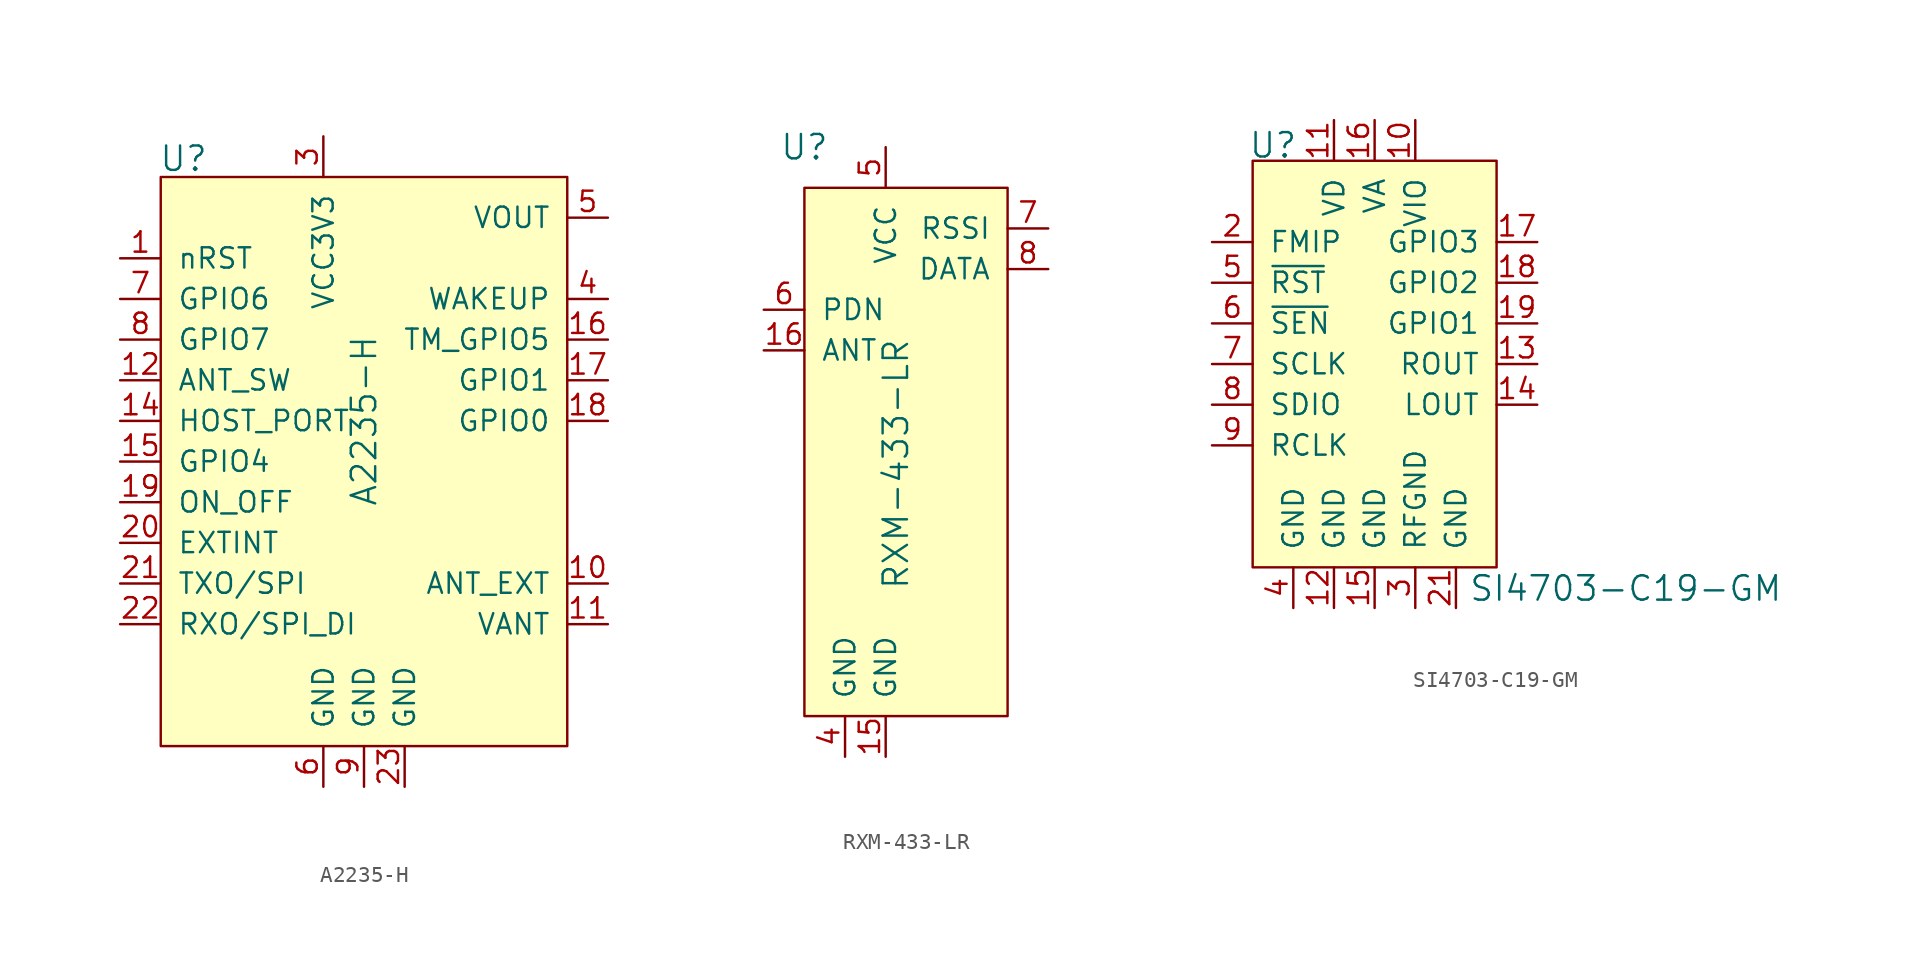
<source format=kicad_sym>
(kicad_symbol_lib
  (version 20211014)
  (generator kicad_symbol_editor)
  (symbol "A2235-H"
    (pin_names
      (offset 1.016))
    (property "Reference" "U"
      (at -10.287 11.303 0)
      (effects (font (size 1.524 1.524)) (justify left)))
    (property "Value" "A2235-H"
      (at 2.54 -5.08 90)
      (effects (font (size 1.524 1.524))))
    (symbol "A2235-H_0_1"
      (rectangle (start -10.16 10.16) (end 15.24 -25.4) (stroke (width 0) (type default) (color 0 0 0 0)) (fill (type background))))
    (symbol "A2235-H_1_1"
      (pin input line (at -12.7 5.08 0) (length 2.54) (name "nRST" (effects (font (size 1.27 1.27)))) (number "1" (effects (font (size 1.27 1.27)))))
      (pin passive line (at 17.78 -15.24 180) (length 2.54) (name "ANT_EXT" (effects (font (size 1.27 1.27)))) (number "10" (effects (font (size 1.27 1.27)))))
      (pin bidirectional line (at 17.78 -17.78 180) (length 2.54) (name "VANT" (effects (font (size 1.27 1.27)))) (number "11" (effects (font (size 1.27 1.27)))))
      (pin input line (at -12.7 -2.54 0) (length 2.54) (name "ANT_SW" (effects (font (size 1.27 1.27)))) (number "12" (effects (font (size 1.27 1.27)))))
      (pin no_connect line (at 15.24 -10.16 180) (length 2.54) hide (name "GPIO2" (effects (font (size 1.27 1.27)))) (number "13" (effects (font (size 1.27 1.27)))))
      (pin input line (at -12.7 -5.08 0) (length 2.54) (name "HOST_PORT" (effects (font (size 1.27 1.27)))) (number "14" (effects (font (size 1.27 1.27)))))
      (pin input line (at -12.7 -7.62 0) (length 2.54) (name "GPIO4" (effects (font (size 1.27 1.27)))) (number "15" (effects (font (size 1.27 1.27)))))
      (pin output line (at 17.78 0 180) (length 2.54) (name "TM_GPIO5" (effects (font (size 1.27 1.27)))) (number "16" (effects (font (size 1.27 1.27)))))
      (pin bidirectional line (at 17.78 -2.54 180) (length 2.54) (name "GPIO1" (effects (font (size 1.27 1.27)))) (number "17" (effects (font (size 1.27 1.27)))))
      (pin bidirectional line (at 17.78 -5.08 180) (length 2.54) (name "GPIO0" (effects (font (size 1.27 1.27)))) (number "18" (effects (font (size 1.27 1.27)))))
      (pin input line (at -12.7 -10.16 0) (length 2.54) (name "ON_OFF" (effects (font (size 1.27 1.27)))) (number "19" (effects (font (size 1.27 1.27)))))
      (pin no_connect line (at 15.24 -7.62 180) (length 2.54) hide (name "GPIO3" (effects (font (size 1.27 1.27)))) (number "2" (effects (font (size 1.27 1.27)))))
      (pin input line (at -12.7 -12.7 0) (length 2.54) (name "EXTINT" (effects (font (size 1.27 1.27)))) (number "20" (effects (font (size 1.27 1.27)))))
      (pin output line (at -12.7 -15.24 0) (length 2.54) (name "TXO/SPI" (effects (font (size 1.27 1.27)))) (number "21" (effects (font (size 1.27 1.27)))))
      (pin input line (at -12.7 -17.78 0) (length 2.54) (name "RXO/SPI_DI" (effects (font (size 1.27 1.27)))) (number "22" (effects (font (size 1.27 1.27)))))
      (pin power_in line (at 5.08 -27.94 90) (length 2.54) (name "GND" (effects (font (size 1.27 1.27)))) (number "23" (effects (font (size 1.27 1.27)))))
      (pin power_in line (at 0 12.7 270) (length 2.54) (name "VCC3V3" (effects (font (size 1.27 1.27)))) (number "3" (effects (font (size 1.27 1.27)))))
      (pin output line (at 17.78 2.54 180) (length 2.54) (name "WAKEUP" (effects (font (size 1.27 1.27)))) (number "4" (effects (font (size 1.27 1.27)))))
      (pin power_out line (at 17.78 7.62 180) (length 2.54) (name "VOUT" (effects (font (size 1.27 1.27)))) (number "5" (effects (font (size 1.27 1.27)))))
      (pin power_in line (at 0 -27.94 90) (length 2.54) (name "GND" (effects (font (size 1.27 1.27)))) (number "6" (effects (font (size 1.27 1.27)))))
      (pin input line (at -12.7 2.54 0) (length 2.54) (name "GPIO6" (effects (font (size 1.27 1.27)))) (number "7" (effects (font (size 1.27 1.27)))))
      (pin input line (at -12.7 0 0) (length 2.54) (name "GPIO7" (effects (font (size 1.27 1.27)))) (number "8" (effects (font (size 1.27 1.27)))))
      (pin power_in line (at 2.54 -27.94 90) (length 2.54) (name "GND" (effects (font (size 1.27 1.27)))) (number "9" (effects (font (size 1.27 1.27)))))))
  (symbol "RXM-433-LR"
    (pin_names
      (offset 1.016))
    (property "Reference" "U"
      (at -5.08 20.32 0)
      (effects (font (size 1.524 1.524))))
    (property "Value" "RXM-433-LR"
      (at 0.635 0.508 90)
      (effects (font (size 1.524 1.524))))
    (symbol "RXM-433-LR_1_1"
      (rectangle (start -5.08 17.78) (end 7.62 -15.24) (stroke (width 0) (type default) (color 0 0 0 0)) (fill (type background)))
      (pin no_connect line (at 7.62 10.16 180) (length 2.54) hide (name "NC" (effects (font (size 1.27 1.27)))) (number "1" (effects (font (size 1.27 1.27)))))
      (pin no_connect line (at 7.62 0 180) (length 2.54) hide (name "NC" (effects (font (size 1.27 1.27)))) (number "10" (effects (font (size 1.27 1.27)))))
      (pin no_connect line (at 7.62 -2.54 180) (length 2.54) hide (name "NC" (effects (font (size 1.27 1.27)))) (number "11" (effects (font (size 1.27 1.27)))))
      (pin no_connect line (at 7.62 -5.08 180) (length 2.54) hide (name "NC" (effects (font (size 1.27 1.27)))) (number "12" (effects (font (size 1.27 1.27)))))
      (pin no_connect line (at 7.62 -7.62 180) (length 2.54) hide (name "NC" (effects (font (size 1.27 1.27)))) (number "13" (effects (font (size 1.27 1.27)))))
      (pin no_connect line (at 7.62 -10.16 180) (length 2.54) hide (name "NC" (effects (font (size 1.27 1.27)))) (number "14" (effects (font (size 1.27 1.27)))))
      (pin power_in line (at 0 -17.78 90) (length 2.54) (name "GND" (effects (font (size 1.27 1.27)))) (number "15" (effects (font (size 1.27 1.27)))))
      (pin input line (at -7.62 7.62 0) (length 2.54) (name "ANT" (effects (font (size 1.27 1.27)))) (number "16" (effects (font (size 1.27 1.27)))))
      (pin no_connect line (at 7.62 7.62 180) (length 2.54) hide (name "NC" (effects (font (size 1.27 1.27)))) (number "2" (effects (font (size 1.27 1.27)))))
      (pin no_connect line (at 7.62 5.08 180) (length 2.54) hide (name "NC" (effects (font (size 1.27 1.27)))) (number "3" (effects (font (size 1.27 1.27)))))
      (pin power_in line (at -2.54 -17.78 90) (length 2.54) (name "GND" (effects (font (size 1.27 1.27)))) (number "4" (effects (font (size 1.27 1.27)))))
      (pin power_in line (at 0 20.32 270) (length 2.54) (name "VCC" (effects (font (size 1.27 1.27)))) (number "5" (effects (font (size 1.27 1.27)))))
      (pin input line (at -7.62 10.16 0) (length 2.54) (name "PDN" (effects (font (size 1.27 1.27)))) (number "6" (effects (font (size 1.27 1.27)))))
      (pin output line (at 10.16 15.24 180) (length 2.54) (name "RSSI" (effects (font (size 1.27 1.27)))) (number "7" (effects (font (size 1.27 1.27)))))
      (pin output line (at 10.16 12.7 180) (length 2.54) (name "DATA" (effects (font (size 1.27 1.27)))) (number "8" (effects (font (size 1.27 1.27)))))
      (pin no_connect line (at 7.62 2.54 180) (length 2.54) hide (name "NC" (effects (font (size 1.27 1.27)))) (number "9" (effects (font (size 1.27 1.27)))))))
  (symbol "SI4703-C19-GM"
    (pin_names
      (offset 1.016))
    (property "Reference" "U"
      (at -7.899 8.585 0)
      (effects (font (size 1.524 1.524)) (justify left)))
    (property "Value" "SI4703-C19-GM"
      (at 5.867 -19.101 0)
      (effects (font (size 1.524 1.524)) (justify left)))
    (symbol "SI4703-C19-GM_0_1"
      (rectangle (start -7.62 7.62) (end 7.62 -17.78) (stroke (width 0) (type default) (color 0 0 0 0)) (fill (type background))))
    (symbol "SI4703-C19-GM_1_1"
      (pin no_connect line (at -7.62 -15.24 0) (length 2.54) hide (name "NC" (effects (font (size 1.27 1.27)))) (number "1" (effects (font (size 1.27 1.27)))))
      (pin power_in line (at 2.54 10.16 270) (length 2.54) (name "VIO" (effects (font (size 1.27 1.27)))) (number "10" (effects (font (size 1.27 1.27)))))
      (pin power_in line (at -2.54 10.16 270) (length 2.54) (name "VD" (effects (font (size 1.27 1.27)))) (number "11" (effects (font (size 1.27 1.27)))))
      (pin power_in line (at -2.54 -20.32 90) (length 2.54) (name "GND" (effects (font (size 1.27 1.27)))) (number "12" (effects (font (size 1.27 1.27)))))
      (pin output line (at 10.16 -5.08 180) (length 2.54) (name "ROUT" (effects (font (size 1.27 1.27)))) (number "13" (effects (font (size 1.27 1.27)))))
      (pin output line (at 10.16 -7.62 180) (length 2.54) (name "LOUT" (effects (font (size 1.27 1.27)))) (number "14" (effects (font (size 1.27 1.27)))))
      (pin power_in line (at 0 -20.32 90) (length 2.54) (name "GND" (effects (font (size 1.27 1.27)))) (number "15" (effects (font (size 1.27 1.27)))))
      (pin power_in line (at 0 10.16 270) (length 2.54) (name "VA" (effects (font (size 1.27 1.27)))) (number "16" (effects (font (size 1.27 1.27)))))
      (pin output line (at 10.16 2.54 180) (length 2.54) (name "GPIO3" (effects (font (size 1.27 1.27)))) (number "17" (effects (font (size 1.27 1.27)))))
      (pin output line (at 10.16 0 180) (length 2.54) (name "GPIO2" (effects (font (size 1.27 1.27)))) (number "18" (effects (font (size 1.27 1.27)))))
      (pin output line (at 10.16 -2.54 180) (length 2.54) (name "GPIO1" (effects (font (size 1.27 1.27)))) (number "19" (effects (font (size 1.27 1.27)))))
      (pin input line (at -10.16 2.54 0) (length 2.54) (name "FMIP" (effects (font (size 1.27 1.27)))) (number "2" (effects (font (size 1.27 1.27)))))
      (pin no_connect line (at -7.62 -12.7 0) (length 2.54) hide (name "NC" (effects (font (size 1.27 1.27)))) (number "20" (effects (font (size 1.27 1.27)))))
      (pin power_in line (at 5.08 -20.32 90) (length 2.54) (name "GND" (effects (font (size 1.27 1.27)))) (number "21" (effects (font (size 1.27 1.27)))))
      (pin power_in line (at 2.54 -20.32 90) (length 2.54) (name "RFGND" (effects (font (size 1.27 1.27)))) (number "3" (effects (font (size 1.27 1.27)))))
      (pin power_in line (at -5.08 -20.32 90) (length 2.54) (name "GND" (effects (font (size 1.27 1.27)))) (number "4" (effects (font (size 1.27 1.27)))))
      (pin input line (at -10.16 0 0) (length 2.54) (name "~{RST}" (effects (font (size 1.27 1.27)))) (number "5" (effects (font (size 1.27 1.27)))))
      (pin input line (at -10.16 -2.54 0) (length 2.54) (name "~{SEN}" (effects (font (size 1.27 1.27)))) (number "6" (effects (font (size 1.27 1.27)))))
      (pin input line (at -10.16 -5.08 0) (length 2.54) (name "SCLK" (effects (font (size 1.27 1.27)))) (number "7" (effects (font (size 1.27 1.27)))))
      (pin bidirectional line (at -10.16 -7.62 0) (length 2.54) (name "SDIO" (effects (font (size 1.27 1.27)))) (number "8" (effects (font (size 1.27 1.27)))))
      (pin input line (at -10.16 -10.16 0) (length 2.54) (name "RCLK" (effects (font (size 1.27 1.27)))) (number "9" (effects (font (size 1.27 1.27))))))))
</source>
